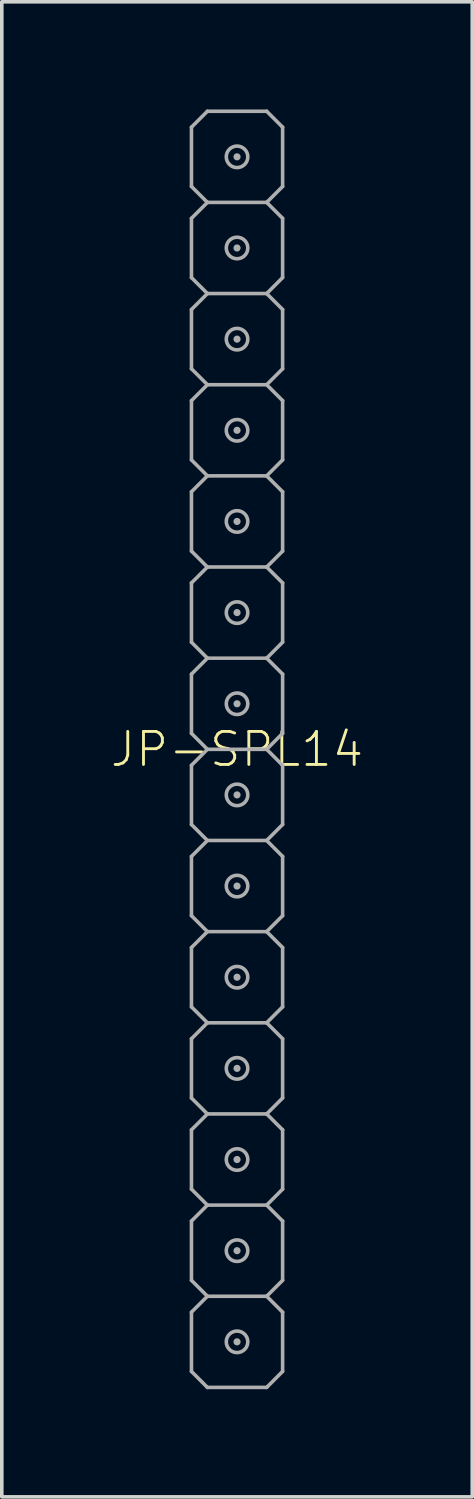
<source format=kicad_pcb>
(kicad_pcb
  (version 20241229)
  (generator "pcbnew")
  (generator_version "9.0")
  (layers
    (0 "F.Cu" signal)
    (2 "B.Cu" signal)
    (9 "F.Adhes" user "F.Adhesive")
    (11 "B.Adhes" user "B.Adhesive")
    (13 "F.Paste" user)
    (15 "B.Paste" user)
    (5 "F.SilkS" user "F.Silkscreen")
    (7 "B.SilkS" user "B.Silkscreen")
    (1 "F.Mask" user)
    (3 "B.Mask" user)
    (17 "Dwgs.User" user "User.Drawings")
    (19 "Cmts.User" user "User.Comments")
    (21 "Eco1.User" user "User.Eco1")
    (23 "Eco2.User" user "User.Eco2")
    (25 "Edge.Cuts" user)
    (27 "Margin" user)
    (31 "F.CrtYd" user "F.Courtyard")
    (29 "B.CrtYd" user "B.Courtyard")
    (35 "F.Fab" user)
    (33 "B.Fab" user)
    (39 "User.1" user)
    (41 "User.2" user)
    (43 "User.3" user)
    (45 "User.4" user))
  (footprint "JP-SPL14"
    (layer "F.Cu")
    (at 3.555 17.83)
    (property "Reference" "JP-SPL14" (at 0 0 0) (unlocked yes) (layer "F.SilkS") (effects (font (size 0.92 0.92) (thickness 0.08))))
    (fp_line (start -1.27 -17.335) (end -1.27 -15.684) (stroke (width 0.1) (type solid)) (layer "F.Fab"))
    (fp_line (start -1.27 -15.684) (end -0.826 -15.24) (stroke (width 0.1) (type solid)) (layer "F.Fab"))
    (fp_line (start -1.27 -14.796) (end -1.27 -13.145) (stroke (width 0.1) (type solid)) (layer "F.Fab"))
    (fp_line (start -1.27 -13.145) (end -0.826 -12.7) (stroke (width 0.1) (type solid)) (layer "F.Fab"))
    (fp_line (start -1.27 -12.255) (end -1.27 -10.604) (stroke (width 0.1) (type solid)) (layer "F.Fab"))
    (fp_line (start -1.27 -10.604) (end -0.826 -10.16) (stroke (width 0.1) (type solid)) (layer "F.Fab"))
    (fp_line (start -1.27 -9.716) (end -1.27 -8.065) (stroke (width 0.1) (type solid)) (layer "F.Fab"))
    (fp_line (start -1.27 -8.065) (end -0.826 -7.62) (stroke (width 0.1) (type solid)) (layer "F.Fab"))
    (fp_line (start -1.27 -7.176) (end -1.27 -5.524) (stroke (width 0.1) (type solid)) (layer "F.Fab"))
    (fp_line (start -1.27 -5.524) (end -0.826 -5.08) (stroke (width 0.1) (type solid)) (layer "F.Fab"))
    (fp_line (start -1.27 -4.636) (end -1.27 -2.985) (stroke (width 0.1) (type solid)) (layer "F.Fab"))
    (fp_line (start -1.27 -2.985) (end -0.826 -2.54) (stroke (width 0.1) (type solid)) (layer "F.Fab"))
    (fp_line (start -1.27 -2.095) (end -1.27 -0.445) (stroke (width 0.1) (type solid)) (layer "F.Fab"))
    (fp_line (start -1.27 -0.445) (end -0.826 0) (stroke (width 0.1) (type solid)) (layer "F.Fab"))
    (fp_line (start -1.27 0.445) (end -1.27 2.095) (stroke (width 0.1) (type solid)) (layer "F.Fab"))
    (fp_line (start -1.27 2.095) (end -0.826 2.54) (stroke (width 0.1) (type solid)) (layer "F.Fab"))
    (fp_line (start -1.27 2.985) (end -1.27 4.636) (stroke (width 0.1) (type solid)) (layer "F.Fab"))
    (fp_line (start -1.27 4.636) (end -0.826 5.08) (stroke (width 0.1) (type solid)) (layer "F.Fab"))
    (fp_line (start -1.27 5.524) (end -1.27 7.176) (stroke (width 0.1) (type solid)) (layer "F.Fab"))
    (fp_line (start -1.27 7.176) (end -0.826 7.62) (stroke (width 0.1) (type solid)) (layer "F.Fab"))
    (fp_line (start -1.27 8.065) (end -1.27 9.716) (stroke (width 0.1) (type solid)) (layer "F.Fab"))
    (fp_line (start -1.27 9.716) (end -0.826 10.16) (stroke (width 0.1) (type solid)) (layer "F.Fab"))
    (fp_line (start -1.27 10.604) (end -1.27 12.255) (stroke (width 0.1) (type solid)) (layer "F.Fab"))
    (fp_line (start -1.27 12.255) (end -0.826 12.7) (stroke (width 0.1) (type solid)) (layer "F.Fab"))
    (fp_line (start -1.27 13.145) (end -1.27 14.796) (stroke (width 0.1) (type solid)) (layer "F.Fab"))
    (fp_line (start -1.27 14.796) (end -0.826 15.24) (stroke (width 0.1) (type solid)) (layer "F.Fab"))
    (fp_line (start -1.27 15.684) (end -1.27 17.335) (stroke (width 0.1) (type solid)) (layer "F.Fab"))
    (fp_line (start -1.27 17.335) (end -0.826 17.78) (stroke (width 0.1) (type solid)) (layer "F.Fab"))
    (fp_line (start -0.826 -17.78) (end -1.27 -17.335) (stroke (width 0.1) (type solid)) (layer "F.Fab"))
    (fp_line (start -0.826 -15.24) (end -1.27 -14.796) (stroke (width 0.1) (type solid)) (layer "F.Fab"))
    (fp_line (start -0.826 -12.7) (end -1.27 -12.255) (stroke (width 0.1) (type solid)) (layer "F.Fab"))
    (fp_line (start -0.826 -10.16) (end -1.27 -9.716) (stroke (width 0.1) (type solid)) (layer "F.Fab"))
    (fp_line (start -0.826 -7.62) (end -1.27 -7.176) (stroke (width 0.1) (type solid)) (layer "F.Fab"))
    (fp_line (start -0.826 -5.08) (end -1.27 -4.636) (stroke (width 0.1) (type solid)) (layer "F.Fab"))
    (fp_line (start -0.826 -2.54) (end -1.27 -2.095) (stroke (width 0.1) (type solid)) (layer "F.Fab"))
    (fp_line (start -0.826 0) (end -1.27 0.445) (stroke (width 0.1) (type solid)) (layer "F.Fab"))
    (fp_line (start -0.826 2.54) (end -1.27 2.985) (stroke (width 0.1) (type solid)) (layer "F.Fab"))
    (fp_line (start -0.826 5.08) (end -1.27 5.524) (stroke (width 0.1) (type solid)) (layer "F.Fab"))
    (fp_line (start -0.826 7.62) (end -1.27 8.065) (stroke (width 0.1) (type solid)) (layer "F.Fab"))
    (fp_line (start -0.826 10.16) (end -1.27 10.604) (stroke (width 0.1) (type solid)) (layer "F.Fab"))
    (fp_line (start -0.826 12.7) (end -1.27 13.145) (stroke (width 0.1) (type solid)) (layer "F.Fab"))
    (fp_line (start -0.826 15.24) (end -1.27 15.684) (stroke (width 0.1) (type solid)) (layer "F.Fab"))
    (fp_line (start 0.826 -17.78) (end -0.826 -17.78) (stroke (width 0.1) (type solid)) (layer "F.Fab"))
    (fp_line (start 0.826 -15.24) (end -0.826 -15.24) (stroke (width 0.1) (type solid)) (layer "F.Fab"))
    (fp_line (start 0.826 -15.24) (end 1.27 -15.684) (stroke (width 0.1) (type solid)) (layer "F.Fab"))
    (fp_line (start 0.826 -12.7) (end -0.826 -12.7) (stroke (width 0.1) (type solid)) (layer "F.Fab"))
    (fp_line (start 0.826 -12.7) (end 1.27 -13.145) (stroke (width 0.1) (type solid)) (layer "F.Fab"))
    (fp_line (start 0.826 -10.16) (end -0.826 -10.16) (stroke (width 0.1) (type solid)) (layer "F.Fab"))
    (fp_line (start 0.826 -10.16) (end 1.27 -10.604) (stroke (width 0.1) (type solid)) (layer "F.Fab"))
    (fp_line (start 0.826 -7.62) (end -0.826 -7.62) (stroke (width 0.1) (type solid)) (layer "F.Fab"))
    (fp_line (start 0.826 -7.62) (end 1.27 -8.065) (stroke (width 0.1) (type solid)) (layer "F.Fab"))
    (fp_line (start 0.826 -5.08) (end -0.826 -5.08) (stroke (width 0.1) (type solid)) (layer "F.Fab"))
    (fp_line (start 0.826 -5.08) (end 1.27 -5.524) (stroke (width 0.1) (type solid)) (layer "F.Fab"))
    (fp_line (start 0.826 -2.54) (end -0.826 -2.54) (stroke (width 0.1) (type solid)) (layer "F.Fab"))
    (fp_line (start 0.826 -2.54) (end 1.27 -2.985) (stroke (width 0.1) (type solid)) (layer "F.Fab"))
    (fp_line (start 0.826 0) (end -0.826 0) (stroke (width 0.1) (type solid)) (layer "F.Fab"))
    (fp_line (start 0.826 0) (end 1.27 -0.445) (stroke (width 0.1) (type solid)) (layer "F.Fab"))
    (fp_line (start 0.826 2.54) (end -0.826 2.54) (stroke (width 0.1) (type solid)) (layer "F.Fab"))
    (fp_line (start 0.826 2.54) (end 1.27 2.095) (stroke (width 0.1) (type solid)) (layer "F.Fab"))
    (fp_line (start 0.826 5.08) (end -0.826 5.08) (stroke (width 0.1) (type solid)) (layer "F.Fab"))
    (fp_line (start 0.826 5.08) (end 1.27 4.636) (stroke (width 0.1) (type solid)) (layer "F.Fab"))
    (fp_line (start 0.826 7.62) (end -0.826 7.62) (stroke (width 0.1) (type solid)) (layer "F.Fab"))
    (fp_line (start 0.826 7.62) (end 1.27 7.176) (stroke (width 0.1) (type solid)) (layer "F.Fab"))
    (fp_line (start 0.826 10.16) (end -0.826 10.16) (stroke (width 0.1) (type solid)) (layer "F.Fab"))
    (fp_line (start 0.826 10.16) (end 1.27 9.716) (stroke (width 0.1) (type solid)) (layer "F.Fab"))
    (fp_line (start 0.826 12.7) (end -0.826 12.7) (stroke (width 0.1) (type solid)) (layer "F.Fab"))
    (fp_line (start 0.826 12.7) (end 1.27 12.255) (stroke (width 0.1) (type solid)) (layer "F.Fab"))
    (fp_line (start 0.826 15.24) (end -0.826 15.24) (stroke (width 0.1) (type solid)) (layer "F.Fab"))
    (fp_line (start 0.826 15.24) (end 1.27 14.796) (stroke (width 0.1) (type solid)) (layer "F.Fab"))
    (fp_line (start 0.826 17.78) (end -0.826 17.78) (stroke (width 0.1) (type solid)) (layer "F.Fab"))
    (fp_line (start 0.826 17.78) (end 1.27 17.335) (stroke (width 0.1) (type solid)) (layer "F.Fab"))
    (fp_line (start 1.27 -17.335) (end 0.826 -17.78) (stroke (width 0.1) (type solid)) (layer "F.Fab"))
    (fp_line (start 1.27 -15.684) (end 1.27 -17.335) (stroke (width 0.1) (type solid)) (layer "F.Fab"))
    (fp_line (start 1.27 -14.796) (end 0.826 -15.24) (stroke (width 0.1) (type solid)) (layer "F.Fab"))
    (fp_line (start 1.27 -13.145) (end 1.27 -14.796) (stroke (width 0.1) (type solid)) (layer "F.Fab"))
    (fp_line (start 1.27 -12.255) (end 0.826 -12.7) (stroke (width 0.1) (type solid)) (layer "F.Fab"))
    (fp_line (start 1.27 -10.604) (end 1.27 -12.255) (stroke (width 0.1) (type solid)) (layer "F.Fab"))
    (fp_line (start 1.27 -9.716) (end 0.826 -10.16) (stroke (width 0.1) (type solid)) (layer "F.Fab"))
    (fp_line (start 1.27 -8.065) (end 1.27 -9.716) (stroke (width 0.1) (type solid)) (layer "F.Fab"))
    (fp_line (start 1.27 -7.176) (end 0.826 -7.62) (stroke (width 0.1) (type solid)) (layer "F.Fab"))
    (fp_line (start 1.27 -5.524) (end 1.27 -7.176) (stroke (width 0.1) (type solid)) (layer "F.Fab"))
    (fp_line (start 1.27 -4.636) (end 0.826 -5.08) (stroke (width 0.1) (type solid)) (layer "F.Fab"))
    (fp_line (start 1.27 -2.985) (end 1.27 -4.636) (stroke (width 0.1) (type solid)) (layer "F.Fab"))
    (fp_line (start 1.27 -2.095) (end 0.826 -2.54) (stroke (width 0.1) (type solid)) (layer "F.Fab"))
    (fp_line (start 1.27 -0.445) (end 1.27 -2.095) (stroke (width 0.1) (type solid)) (layer "F.Fab"))
    (fp_line (start 1.27 0.445) (end 0.826 0) (stroke (width 0.1) (type solid)) (layer "F.Fab"))
    (fp_line (start 1.27 2.095) (end 1.27 0.445) (stroke (width 0.1) (type solid)) (layer "F.Fab"))
    (fp_line (start 1.27 2.985) (end 0.826 2.54) (stroke (width 0.1) (type solid)) (layer "F.Fab"))
    (fp_line (start 1.27 4.636) (end 1.27 2.985) (stroke (width 0.1) (type solid)) (layer "F.Fab"))
    (fp_line (start 1.27 5.524) (end 0.826 5.08) (stroke (width 0.1) (type solid)) (layer "F.Fab"))
    (fp_line (start 1.27 7.176) (end 1.27 5.524) (stroke (width 0.1) (type solid)) (layer "F.Fab"))
    (fp_line (start 1.27 8.065) (end 0.826 7.62) (stroke (width 0.1) (type solid)) (layer "F.Fab"))
    (fp_line (start 1.27 9.716) (end 1.27 8.065) (stroke (width 0.1) (type solid)) (layer "F.Fab"))
    (fp_line (start 1.27 10.604) (end 0.826 10.16) (stroke (width 0.1) (type solid)) (layer "F.Fab"))
    (fp_line (start 1.27 12.255) (end 1.27 10.604) (stroke (width 0.1) (type solid)) (layer "F.Fab"))
    (fp_line (start 1.27 13.145) (end 0.826 12.7) (stroke (width 0.1) (type solid)) (layer "F.Fab"))
    (fp_line (start 1.27 14.796) (end 1.27 13.145) (stroke (width 0.1) (type solid)) (layer "F.Fab"))
    (fp_line (start 1.27 15.684) (end 0.826 15.24) (stroke (width 0.1) (type solid)) (layer "F.Fab"))
    (fp_line (start 1.27 17.335) (end 1.27 15.684) (stroke (width 0.1) (type solid)) (layer "F.Fab"))
    (fp_circle (center 0 -16.51) (end 0.05 -16.51) (stroke (width 0.1) (type solid)) (fill no) (layer "F.Fab"))
    (fp_circle (center 0 -16.51) (end 0.3 -16.51) (stroke (width 0.1) (type solid)) (fill no) (layer "F.Fab"))
    (fp_circle (center 0 -13.97) (end 0.05 -13.97) (stroke (width 0.1) (type solid)) (fill no) (layer "F.Fab"))
    (fp_circle (center 0 -13.97) (end 0.3 -13.97) (stroke (width 0.1) (type solid)) (fill no) (layer "F.Fab"))
    (fp_circle (center 0 -11.43) (end 0.05 -11.43) (stroke (width 0.1) (type solid)) (fill no) (layer "F.Fab"))
    (fp_circle (center 0 -11.43) (end 0.3 -11.43) (stroke (width 0.1) (type solid)) (fill no) (layer "F.Fab"))
    (fp_circle (center 0 -8.89) (end 0.05 -8.89) (stroke (width 0.1) (type solid)) (fill no) (layer "F.Fab"))
    (fp_circle (center 0 -8.89) (end 0.3 -8.89) (stroke (width 0.1) (type solid)) (fill no) (layer "F.Fab"))
    (fp_circle (center 0 -6.35) (end 0.05 -6.35) (stroke (width 0.1) (type solid)) (fill no) (layer "F.Fab"))
    (fp_circle (center 0 -6.35) (end 0.3 -6.35) (stroke (width 0.1) (type solid)) (fill no) (layer "F.Fab"))
    (fp_circle (center 0 -3.81) (end 0.05 -3.81) (stroke (width 0.1) (type solid)) (fill no) (layer "F.Fab"))
    (fp_circle (center 0 -3.81) (end 0.3 -3.81) (stroke (width 0.1) (type solid)) (fill no) (layer "F.Fab"))
    (fp_circle (center 0 -1.27) (end 0.05 -1.27) (stroke (width 0.1) (type solid)) (fill no) (layer "F.Fab"))
    (fp_circle (center 0 -1.27) (end 0.3 -1.27) (stroke (width 0.1) (type solid)) (fill no) (layer "F.Fab"))
    (fp_circle (center 0 1.27) (end 0.05 1.27) (stroke (width 0.1) (type solid)) (fill no) (layer "F.Fab"))
    (fp_circle (center 0 1.27) (end 0.3 1.27) (stroke (width 0.1) (type solid)) (fill no) (layer "F.Fab"))
    (fp_circle (center 0 3.81) (end 0.05 3.81) (stroke (width 0.1) (type solid)) (fill no) (layer "F.Fab"))
    (fp_circle (center 0 3.81) (end 0.3 3.81) (stroke (width 0.1) (type solid)) (fill no) (layer "F.Fab"))
    (fp_circle (center 0 6.35) (end 0.05 6.35) (stroke (width 0.1) (type solid)) (fill no) (layer "F.Fab"))
    (fp_circle (center 0 6.35) (end 0.3 6.35) (stroke (width 0.1) (type solid)) (fill no) (layer "F.Fab"))
    (fp_circle (center 0 8.89) (end 0.05 8.89) (stroke (width 0.1) (type solid)) (fill no) (layer "F.Fab"))
    (fp_circle (center 0 8.89) (end 0.3 8.89) (stroke (width 0.1) (type solid)) (fill no) (layer "F.Fab"))
    (fp_circle (center 0 11.43) (end 0.05 11.43) (stroke (width 0.1) (type solid)) (fill no) (layer "F.Fab"))
    (fp_circle (center 0 11.43) (end 0.3 11.43) (stroke (width 0.1) (type solid)) (fill no) (layer "F.Fab"))
    (fp_circle (center 0 13.97) (end 0.05 13.97) (stroke (width 0.1) (type solid)) (fill no) (layer "F.Fab"))
    (fp_circle (center 0 13.97) (end 0.3 13.97) (stroke (width 0.1) (type solid)) (fill no) (layer "F.Fab"))
    (fp_circle (center 0 16.51) (end 0.05 16.51) (stroke (width 0.1) (type solid)) (fill no) (layer "F.Fab"))
    (fp_circle (center 0 16.51) (end 0.3 16.51) (stroke (width 0.1) (type solid)) (fill no) (layer "F.Fab")))
  (gr_rect
    (start -3 -3)
    (end 10.109 38.66)
    (stroke (width 0.1) (type default))
    (fill no)
    (layer "Edge.Cuts")))
</source>
